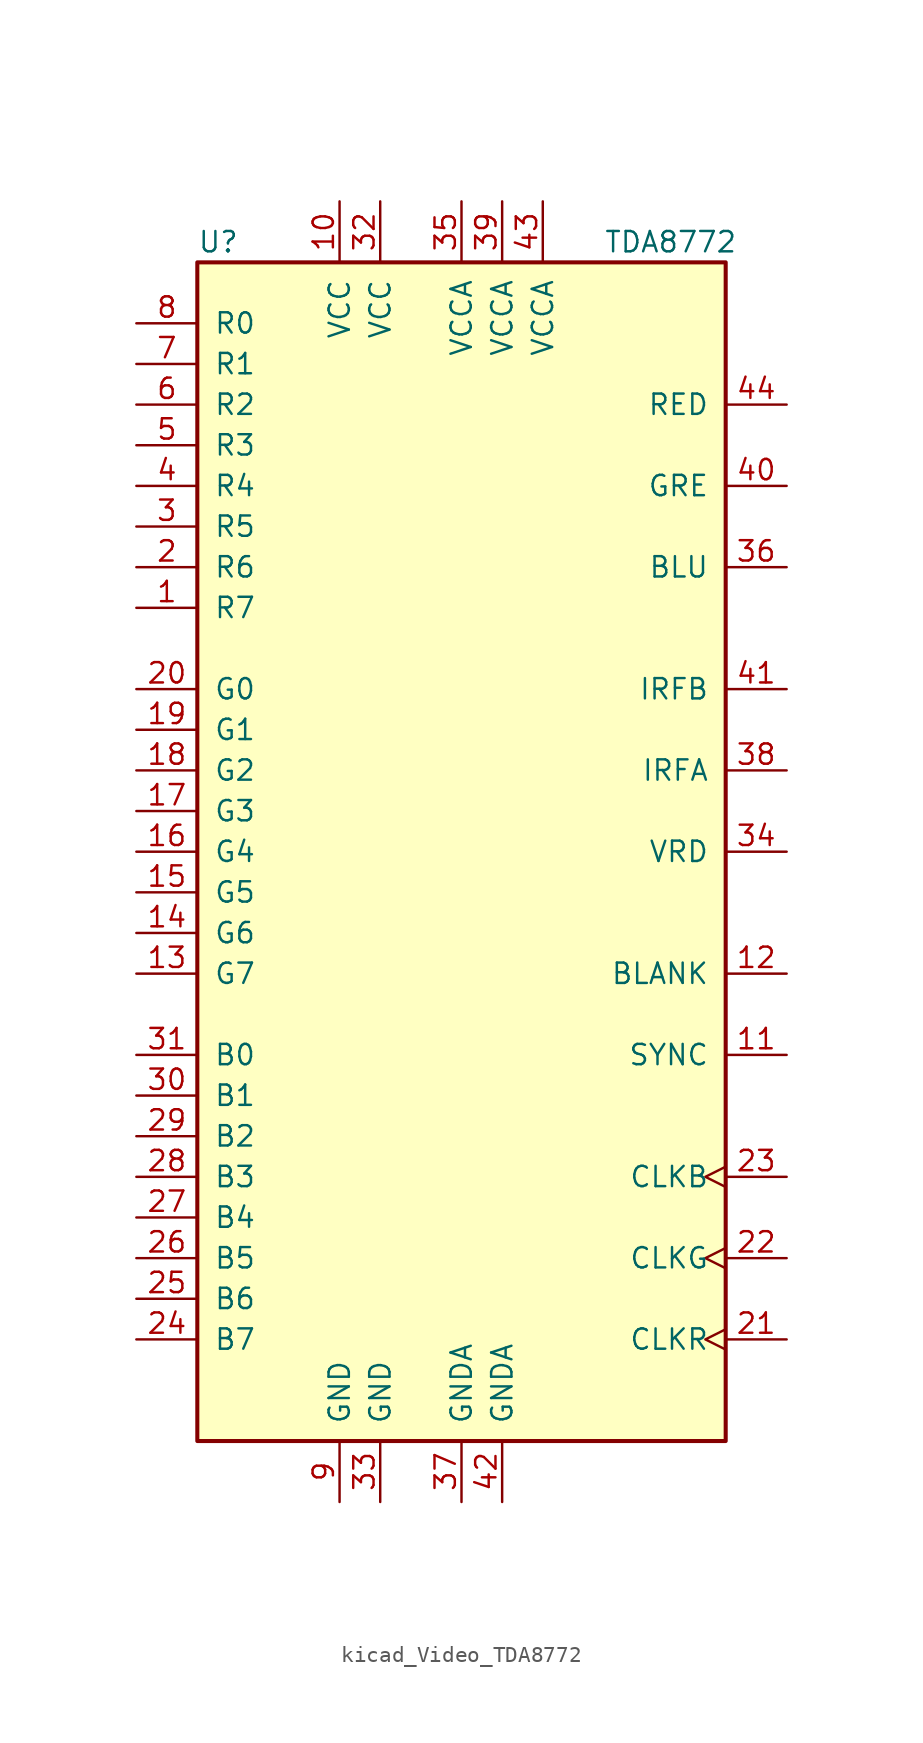
<source format=kicad_sym>
(kicad_symbol_lib
  (version 20220914)
  (generator kicad_symbol_editor)
  (symbol "kicad_Video_TDA8772"
    (pin_names
      (offset 1.016))
    (property "Reference" "U"
      (at -16.51 38.1 0)
      (effects (font (size 1.27 1.27)) (justify left)))
    (property "Value" "TDA8772"
      (at 8.89 38.1 0)
      (effects (font (size 1.27 1.27)) (justify left)))
    (symbol "kicad_Video_TDA8772_0_1"
      (rectangle (start -16.51 -36.83) (end 16.51 36.83) (stroke (width 0.254) (type default)) (fill (type background))))
    (symbol "kicad_Video_TDA8772_1_1"
      (pin input line (at -20.32 15.24 0) (length 3.81) (name "R7" (effects (font (size 1.27 1.27)))) (number "1" (effects (font (size 1.27 1.27)))))
      (pin power_in line (at -7.62 40.64 270) (length 3.81) (name "VCC" (effects (font (size 1.27 1.27)))) (number "10" (effects (font (size 1.27 1.27)))))
      (pin input line (at 20.32 -12.7 180) (length 3.81) (name "SYNC" (effects (font (size 1.27 1.27)))) (number "11" (effects (font (size 1.27 1.27)))))
      (pin input line (at 20.32 -7.62 180) (length 3.81) (name "BLANK" (effects (font (size 1.27 1.27)))) (number "12" (effects (font (size 1.27 1.27)))))
      (pin input line (at -20.32 -7.62 0) (length 3.81) (name "G7" (effects (font (size 1.27 1.27)))) (number "13" (effects (font (size 1.27 1.27)))))
      (pin input line (at -20.32 -5.08 0) (length 3.81) (name "G6" (effects (font (size 1.27 1.27)))) (number "14" (effects (font (size 1.27 1.27)))))
      (pin input line (at -20.32 -2.54 0) (length 3.81) (name "G5" (effects (font (size 1.27 1.27)))) (number "15" (effects (font (size 1.27 1.27)))))
      (pin input line (at -20.32 0 0) (length 3.81) (name "G4" (effects (font (size 1.27 1.27)))) (number "16" (effects (font (size 1.27 1.27)))))
      (pin input line (at -20.32 2.54 0) (length 3.81) (name "G3" (effects (font (size 1.27 1.27)))) (number "17" (effects (font (size 1.27 1.27)))))
      (pin input line (at -20.32 5.08 0) (length 3.81) (name "G2" (effects (font (size 1.27 1.27)))) (number "18" (effects (font (size 1.27 1.27)))))
      (pin input line (at -20.32 7.62 0) (length 3.81) (name "G1" (effects (font (size 1.27 1.27)))) (number "19" (effects (font (size 1.27 1.27)))))
      (pin input line (at -20.32 17.78 0) (length 3.81) (name "R6" (effects (font (size 1.27 1.27)))) (number "2" (effects (font (size 1.27 1.27)))))
      (pin input line (at -20.32 10.16 0) (length 3.81) (name "G0" (effects (font (size 1.27 1.27)))) (number "20" (effects (font (size 1.27 1.27)))))
      (pin input clock (at 20.32 -30.48 180) (length 3.81) (name "CLKR" (effects (font (size 1.27 1.27)))) (number "21" (effects (font (size 1.27 1.27)))))
      (pin input clock (at 20.32 -25.4 180) (length 3.81) (name "CLKG" (effects (font (size 1.27 1.27)))) (number "22" (effects (font (size 1.27 1.27)))))
      (pin input clock (at 20.32 -20.32 180) (length 3.81) (name "CLKB" (effects (font (size 1.27 1.27)))) (number "23" (effects (font (size 1.27 1.27)))))
      (pin input line (at -20.32 -30.48 0) (length 3.81) (name "B7" (effects (font (size 1.27 1.27)))) (number "24" (effects (font (size 1.27 1.27)))))
      (pin input line (at -20.32 -27.94 0) (length 3.81) (name "B6" (effects (font (size 1.27 1.27)))) (number "25" (effects (font (size 1.27 1.27)))))
      (pin input line (at -20.32 -25.4 0) (length 3.81) (name "B5" (effects (font (size 1.27 1.27)))) (number "26" (effects (font (size 1.27 1.27)))))
      (pin input line (at -20.32 -22.86 0) (length 3.81) (name "B4" (effects (font (size 1.27 1.27)))) (number "27" (effects (font (size 1.27 1.27)))))
      (pin input line (at -20.32 -20.32 0) (length 3.81) (name "B3" (effects (font (size 1.27 1.27)))) (number "28" (effects (font (size 1.27 1.27)))))
      (pin input line (at -20.32 -17.78 0) (length 3.81) (name "B2" (effects (font (size 1.27 1.27)))) (number "29" (effects (font (size 1.27 1.27)))))
      (pin input line (at -20.32 20.32 0) (length 3.81) (name "R5" (effects (font (size 1.27 1.27)))) (number "3" (effects (font (size 1.27 1.27)))))
      (pin input line (at -20.32 -15.24 0) (length 3.81) (name "B1" (effects (font (size 1.27 1.27)))) (number "30" (effects (font (size 1.27 1.27)))))
      (pin input line (at -20.32 -12.7 0) (length 3.81) (name "B0" (effects (font (size 1.27 1.27)))) (number "31" (effects (font (size 1.27 1.27)))))
      (pin power_in line (at -5.08 40.64 270) (length 3.81) (name "VCC" (effects (font (size 1.27 1.27)))) (number "32" (effects (font (size 1.27 1.27)))))
      (pin power_in line (at -5.08 -40.64 90) (length 3.81) (name "GND" (effects (font (size 1.27 1.27)))) (number "33" (effects (font (size 1.27 1.27)))))
      (pin input line (at 20.32 0 180) (length 3.81) (name "VRD" (effects (font (size 1.27 1.27)))) (number "34" (effects (font (size 1.27 1.27)))))
      (pin power_in line (at 0 40.64 270) (length 3.81) (name "VCCA" (effects (font (size 1.27 1.27)))) (number "35" (effects (font (size 1.27 1.27)))))
      (pin output line (at 20.32 17.78 180) (length 3.81) (name "BLU" (effects (font (size 1.27 1.27)))) (number "36" (effects (font (size 1.27 1.27)))))
      (pin power_in line (at 0 -40.64 90) (length 3.81) (name "GNDA" (effects (font (size 1.27 1.27)))) (number "37" (effects (font (size 1.27 1.27)))))
      (pin passive line (at 20.32 5.08 180) (length 3.81) (name "IRFA" (effects (font (size 1.27 1.27)))) (number "38" (effects (font (size 1.27 1.27)))))
      (pin power_in line (at 2.54 40.64 270) (length 3.81) (name "VCCA" (effects (font (size 1.27 1.27)))) (number "39" (effects (font (size 1.27 1.27)))))
      (pin input line (at -20.32 22.86 0) (length 3.81) (name "R4" (effects (font (size 1.27 1.27)))) (number "4" (effects (font (size 1.27 1.27)))))
      (pin output line (at 20.32 22.86 180) (length 3.81) (name "GRE" (effects (font (size 1.27 1.27)))) (number "40" (effects (font (size 1.27 1.27)))))
      (pin passive line (at 20.32 10.16 180) (length 3.81) (name "IRFB" (effects (font (size 1.27 1.27)))) (number "41" (effects (font (size 1.27 1.27)))))
      (pin power_in line (at 2.54 -40.64 90) (length 3.81) (name "GNDA" (effects (font (size 1.27 1.27)))) (number "42" (effects (font (size 1.27 1.27)))))
      (pin power_in line (at 5.08 40.64 270) (length 3.81) (name "VCCA" (effects (font (size 1.27 1.27)))) (number "43" (effects (font (size 1.27 1.27)))))
      (pin output line (at 20.32 27.94 180) (length 3.81) (name "RED" (effects (font (size 1.27 1.27)))) (number "44" (effects (font (size 1.27 1.27)))))
      (pin input line (at -20.32 25.4 0) (length 3.81) (name "R3" (effects (font (size 1.27 1.27)))) (number "5" (effects (font (size 1.27 1.27)))))
      (pin input line (at -20.32 27.94 0) (length 3.81) (name "R2" (effects (font (size 1.27 1.27)))) (number "6" (effects (font (size 1.27 1.27)))))
      (pin input line (at -20.32 30.48 0) (length 3.81) (name "R1" (effects (font (size 1.27 1.27)))) (number "7" (effects (font (size 1.27 1.27)))))
      (pin input line (at -20.32 33.02 0) (length 3.81) (name "R0" (effects (font (size 1.27 1.27)))) (number "8" (effects (font (size 1.27 1.27)))))
      (pin power_in line (at -7.62 -40.64 90) (length 3.81) (name "GND" (effects (font (size 1.27 1.27)))) (number "9" (effects (font (size 1.27 1.27))))))))
</source>
